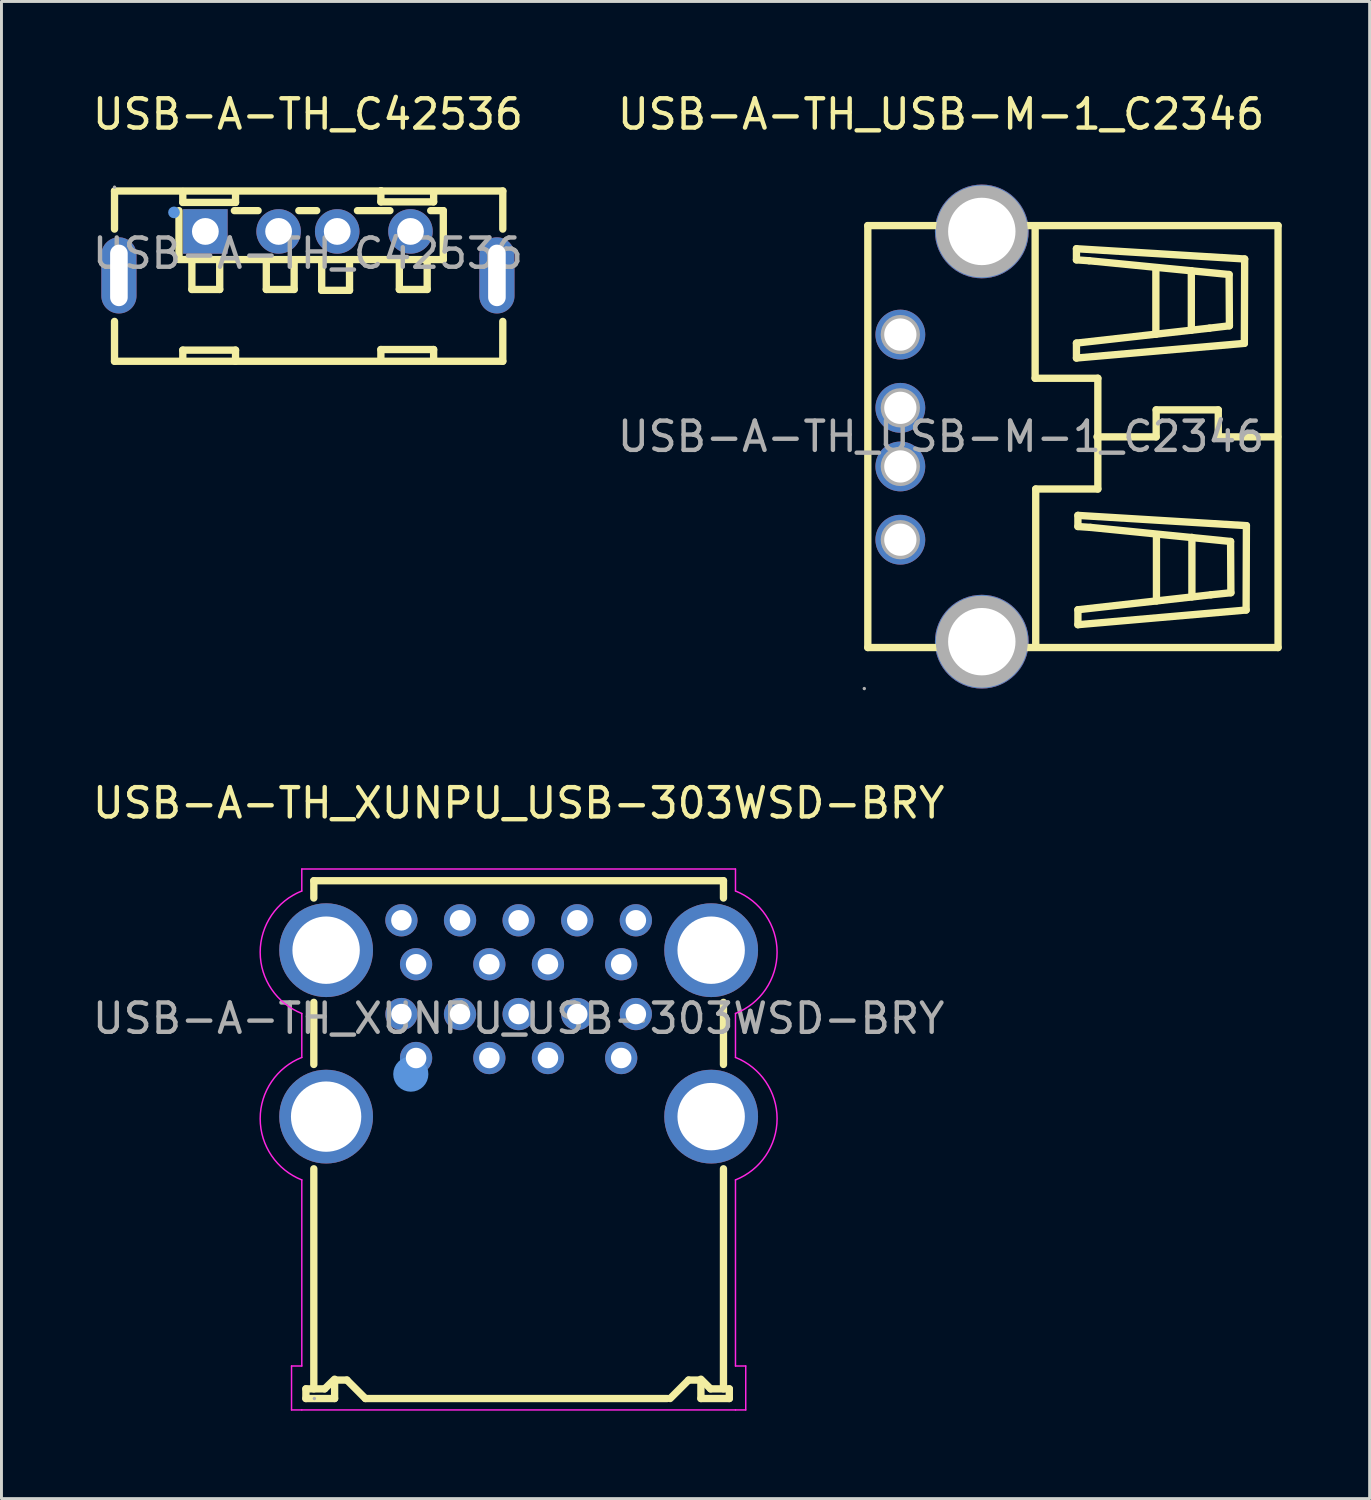
<source format=kicad_pcb>
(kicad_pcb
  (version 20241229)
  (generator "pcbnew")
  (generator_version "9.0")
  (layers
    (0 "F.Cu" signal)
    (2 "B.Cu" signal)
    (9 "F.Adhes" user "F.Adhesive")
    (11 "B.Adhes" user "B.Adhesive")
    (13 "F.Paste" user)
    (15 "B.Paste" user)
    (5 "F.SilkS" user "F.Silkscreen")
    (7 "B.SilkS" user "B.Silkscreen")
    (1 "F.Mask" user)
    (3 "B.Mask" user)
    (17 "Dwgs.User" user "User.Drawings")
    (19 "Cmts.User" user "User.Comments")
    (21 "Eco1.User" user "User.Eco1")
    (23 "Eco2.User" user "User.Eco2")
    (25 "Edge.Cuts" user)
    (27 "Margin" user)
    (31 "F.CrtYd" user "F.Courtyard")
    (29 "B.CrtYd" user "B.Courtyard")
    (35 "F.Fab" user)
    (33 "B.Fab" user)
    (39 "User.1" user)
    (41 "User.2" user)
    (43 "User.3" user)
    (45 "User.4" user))
  (footprint "USB-A-TH_C42536"
    (layer "F.Cu")
    (at 7.458 5.598)
    (property "Reference" "USB-A-TH_C42536" (at 0 -4.75 0) (layer "F.SilkS") (effects (font (size 1 1) (thickness 0.15))))
    (attr through_hole)
    (fp_line (start -6.6 -2.13) (end 6.65 -2.13) (stroke (width 0.25) (type solid)) (layer "F.SilkS"))
    (fp_line (start -6.6 -0.83) (end -6.6 -2.13) (stroke (width 0.25) (type solid)) (layer "F.SilkS"))
    (fp_line (start -6.6 2.32) (end -6.6 3.68) (stroke (width 0.25) (type solid)) (layer "F.SilkS"))
    (fp_line (start -6.6 3.68) (end 6.65 3.68) (stroke (width 0.25) (type solid)) (layer "F.SilkS"))
    (fp_line (start -4.4 -1.46) (end -4.4 0.2) (stroke (width 0.25) (type solid)) (layer "F.SilkS"))
    (fp_line (start -4.4 0.21) (end 4.58 0.21) (stroke (width 0.25) (type solid)) (layer "F.SilkS"))
    (fp_line (start -4.27 -2.11) (end -4.26 -2.11) (stroke (width 0.25) (type solid)) (layer "F.SilkS"))
    (fp_line (start -4.27 -1.74) (end -4.27 -2.11) (stroke (width 0.25) (type solid)) (layer "F.SilkS"))
    (fp_line (start -4.27 3.3) (end -2.47 3.3) (stroke (width 0.25) (type solid)) (layer "F.SilkS"))
    (fp_line (start -4.27 3.64) (end -4.27 3.3) (stroke (width 0.25) (type solid)) (layer "F.SilkS"))
    (fp_line (start -4.26 -2.11) (end -4.27 -2.11) (stroke (width 0.25) (type solid)) (layer "F.SilkS"))
    (fp_line (start -3.96 0.21) (end -3.96 1.23) (stroke (width 0.25) (type solid)) (layer "F.SilkS"))
    (fp_line (start -3.96 1.23) (end -3.01 1.23) (stroke (width 0.25) (type solid)) (layer "F.SilkS"))
    (fp_line (start -3.01 1.23) (end -3.01 0.22) (stroke (width 0.25) (type solid)) (layer "F.SilkS"))
    (fp_line (start -2.51 -1.46) (end -1.7 -1.46) (stroke (width 0.25) (type solid)) (layer "F.SilkS"))
    (fp_line (start -2.48 3.67) (end -2.47 3.67) (stroke (width 0.25) (type solid)) (layer "F.SilkS"))
    (fp_line (start -2.47 -2.08) (end -2.47 -1.74) (stroke (width 0.25) (type solid)) (layer "F.SilkS"))
    (fp_line (start -2.47 -1.74) (end -4.27 -1.74) (stroke (width 0.25) (type solid)) (layer "F.SilkS"))
    (fp_line (start -2.47 3.3) (end -2.47 3.67) (stroke (width 0.25) (type solid)) (layer "F.SilkS"))
    (fp_line (start -2.47 3.67) (end -2.48 3.67) (stroke (width 0.25) (type solid)) (layer "F.SilkS"))
    (fp_line (start -1.42 0.21) (end -1.42 1.23) (stroke (width 0.25) (type solid)) (layer "F.SilkS"))
    (fp_line (start -1.42 1.23) (end -0.47 1.23) (stroke (width 0.25) (type solid)) (layer "F.SilkS"))
    (fp_line (start -0.47 1.23) (end -0.47 0.22) (stroke (width 0.25) (type solid)) (layer "F.SilkS"))
    (fp_line (start -0.31 -1.46) (end 0.3 -1.46) (stroke (width 0.25) (type solid)) (layer "F.SilkS"))
    (fp_line (start 0.47 0.24) (end 0.47 1.26) (stroke (width 0.25) (type solid)) (layer "F.SilkS"))
    (fp_line (start 0.47 1.26) (end 1.42 1.26) (stroke (width 0.25) (type solid)) (layer "F.SilkS"))
    (fp_line (start 1.42 1.26) (end 1.42 0.25) (stroke (width 0.25) (type solid)) (layer "F.SilkS"))
    (fp_line (start 1.69 -1.46) (end 2.8 -1.46) (stroke (width 0.25) (type solid)) (layer "F.SilkS"))
    (fp_line (start 2.49 -2.13) (end 2.5 -2.13) (stroke (width 0.25) (type solid)) (layer "F.SilkS"))
    (fp_line (start 2.49 -1.76) (end 2.49 -2.13) (stroke (width 0.25) (type solid)) (layer "F.SilkS"))
    (fp_line (start 2.49 3.28) (end 4.29 3.28) (stroke (width 0.25) (type solid)) (layer "F.SilkS"))
    (fp_line (start 2.49 3.62) (end 2.49 3.28) (stroke (width 0.25) (type solid)) (layer "F.SilkS"))
    (fp_line (start 2.5 -2.13) (end 2.49 -2.13) (stroke (width 0.25) (type solid)) (layer "F.SilkS"))
    (fp_line (start 3.12 0.21) (end 3.12 1.23) (stroke (width 0.25) (type solid)) (layer "F.SilkS"))
    (fp_line (start 3.12 1.23) (end 4.07 1.23) (stroke (width 0.25) (type solid)) (layer "F.SilkS"))
    (fp_line (start 4.07 1.23) (end 4.07 0.22) (stroke (width 0.25) (type solid)) (layer "F.SilkS"))
    (fp_line (start 4.19 -1.46) (end 4.62 -1.46) (stroke (width 0.25) (type solid)) (layer "F.SilkS"))
    (fp_line (start 4.28 3.65) (end 4.29 3.65) (stroke (width 0.25) (type solid)) (layer "F.SilkS"))
    (fp_line (start 4.29 -2.1) (end 4.29 -1.76) (stroke (width 0.25) (type solid)) (layer "F.SilkS"))
    (fp_line (start 4.29 -1.76) (end 2.49 -1.76) (stroke (width 0.25) (type solid)) (layer "F.SilkS"))
    (fp_line (start 4.29 3.28) (end 4.29 3.65) (stroke (width 0.25) (type solid)) (layer "F.SilkS"))
    (fp_line (start 4.29 3.65) (end 4.28 3.65) (stroke (width 0.25) (type solid)) (layer "F.SilkS"))
    (fp_line (start 4.58 0.21) (end 4.62 0.21) (stroke (width 0.25) (type solid)) (layer "F.SilkS"))
    (fp_line (start 4.62 0.21) (end 4.62 -1.46) (stroke (width 0.25) (type solid)) (layer "F.SilkS"))
    (fp_line (start 6.65 -2.13) (end 6.65 -0.83) (stroke (width 0.25) (type solid)) (layer "F.SilkS"))
    (fp_line (start 6.65 2.32) (end 6.65 3.68) (stroke (width 0.25) (type solid)) (layer "F.SilkS"))
    (fp_circle (center -4.57 -1.4) (end -4.47 -1.4) (stroke (width 0.2) (type solid)) (fill no) (layer "Cmts.User"))
    (fp_circle (center -6.6 -2.26) (end -6.57 -2.26) (stroke (width 0.06) (type solid)) (fill no) (layer "F.Fab"))
    (fp_text user "${REFERENCE}" (at 0 0 0) (layer "F.Fab") (effects (font (size 1 1) (thickness 0.15))))
    (pad "1" thru_hole rect (at -3.5 -0.75) (size 1.52 1.52) (drill 0.914) (layers "*.Cu" "*.Mask"))
    (pad "2" thru_hole circle (at -1 -0.75) (size 1.52 1.52) (drill 0.914) (layers "*.Cu" "*.Mask"))
    (pad "3" thru_hole circle (at 1 -0.75) (size 1.52 1.52) (drill 0.914) (layers "*.Cu" "*.Mask"))
    (pad "4" thru_hole circle (at 3.5 -0.75) (size 1.52 1.52) (drill 0.914) (layers "*.Cu" "*.Mask"))
    (pad "5" thru_hole oval (at -6.45 0.75 270) (size 2.6 1.2) (drill oval 2.1 0.6) (layers "*.Cu" "*.Mask"))
    (pad "6" thru_hole oval (at 6.45 0.75 90) (size 2.6 1.2) (drill oval 2.1 0.6) (layers "*.Cu" "*.Mask")))
  (footprint "USB-A-TH_USB-M-1_C2346"
    (layer "F.Cu")
    (at 29.065 11.848)
    (property "Reference" "USB-A-TH_USB-M-1_C2346" (at 0 -11 0) (layer "F.SilkS") (effects (font (size 1 1) (thickness 0.15))))
    (attr through_hole)
    (fp_line (start -2.5 7.2) (end -2.5 -7.2) (stroke (width 0.25) (type solid)) (layer "F.SilkS"))
    (fp_line (start 3.21 -7.19) (end 3.21 -1.99) (stroke (width 0.25) (type solid)) (layer "F.SilkS"))
    (fp_line (start 3.21 -1.99) (end 5.35 -1.99) (stroke (width 0.25) (type solid)) (layer "F.SilkS"))
    (fp_line (start 3.23 1.79) (end 3.23 7.19) (stroke (width 0.25) (type solid)) (layer "F.SilkS"))
    (fp_line (start 4.62 -6.41) (end 10.36 -6.06) (stroke (width 0.25) (type solid)) (layer "F.SilkS"))
    (fp_line (start 4.62 -6.03) (end 4.62 -6.41) (stroke (width 0.25) (type solid)) (layer "F.SilkS"))
    (fp_line (start 4.62 -3.19) (end 9.16 -3.7) (stroke (width 0.25) (type solid)) (layer "F.SilkS"))
    (fp_line (start 4.62 -2.68) (end 4.62 -3.19) (stroke (width 0.25) (type solid)) (layer "F.SilkS"))
    (fp_line (start 4.67 2.69) (end 10.42 3.04) (stroke (width 0.25) (type solid)) (layer "F.SilkS"))
    (fp_line (start 4.67 3.07) (end 4.67 2.69) (stroke (width 0.25) (type solid)) (layer "F.SilkS"))
    (fp_line (start 4.67 5.91) (end 9.21 5.4) (stroke (width 0.25) (type solid)) (layer "F.SilkS"))
    (fp_line (start 4.67 6.42) (end 4.67 5.91) (stroke (width 0.25) (type solid)) (layer "F.SilkS"))
    (fp_line (start 5.05 -6) (end 4.62 -6.03) (stroke (width 0.25) (type solid)) (layer "F.SilkS"))
    (fp_line (start 5.1 3.1) (end 4.67 3.07) (stroke (width 0.25) (type solid)) (layer "F.SilkS"))
    (fp_line (start 5.32 0.01) (end 7.34 0.01) (stroke (width 0.25) (type solid)) (layer "F.SilkS"))
    (fp_line (start 5.35 -1.99) (end 5.35 1.79) (stroke (width 0.25) (type solid)) (layer "F.SilkS"))
    (fp_line (start 5.35 1.79) (end 3.23 1.79) (stroke (width 0.25) (type solid)) (layer "F.SilkS"))
    (fp_line (start 7.33 -3.49) (end 7.33 -5.75) (stroke (width 0.25) (type solid)) (layer "F.SilkS"))
    (fp_line (start 7.34 -0.91) (end 9.46 -0.91) (stroke (width 0.25) (type solid)) (layer "F.SilkS"))
    (fp_line (start 7.34 0.01) (end 7.34 -0.91) (stroke (width 0.25) (type solid)) (layer "F.SilkS"))
    (fp_line (start 7.35 5.61) (end 7.35 3.35) (stroke (width 0.25) (type solid)) (layer "F.SilkS"))
    (fp_line (start 8.54 -3.63) (end 8.54 -5.66) (stroke (width 0.25) (type solid)) (layer "F.SilkS"))
    (fp_line (start 8.56 5.47) (end 8.56 3.44) (stroke (width 0.25) (type solid)) (layer "F.SilkS"))
    (fp_line (start 9.16 -3.7) (end 9.84 -3.78) (stroke (width 0.25) (type solid)) (layer "F.SilkS"))
    (fp_line (start 9.21 5.4) (end 9.89 5.33) (stroke (width 0.25) (type solid)) (layer "F.SilkS"))
    (fp_line (start 9.46 -0.91) (end 9.46 0.01) (stroke (width 0.25) (type solid)) (layer "F.SilkS"))
    (fp_line (start 9.46 0.01) (end 11.49 0.01) (stroke (width 0.25) (type solid)) (layer "F.SilkS"))
    (fp_line (start 9.83 -5.53) (end 5.05 -6) (stroke (width 0.25) (type solid)) (layer "F.SilkS"))
    (fp_line (start 9.84 -3.78) (end 9.83 -5.53) (stroke (width 0.25) (type solid)) (layer "F.SilkS"))
    (fp_line (start 9.88 3.58) (end 5.1 3.1) (stroke (width 0.25) (type solid)) (layer "F.SilkS"))
    (fp_line (start 9.89 5.33) (end 9.88 3.58) (stroke (width 0.25) (type solid)) (layer "F.SilkS"))
    (fp_line (start 10.35 -3.18) (end 4.62 -2.68) (stroke (width 0.25) (type solid)) (layer "F.SilkS"))
    (fp_line (start 10.36 -6.06) (end 10.35 -3.18) (stroke (width 0.25) (type solid)) (layer "F.SilkS"))
    (fp_line (start 10.41 5.92) (end 4.67 6.42) (stroke (width 0.25) (type solid)) (layer "F.SilkS"))
    (fp_line (start 10.42 3.04) (end 10.41 5.92) (stroke (width 0.25) (type solid)) (layer "F.SilkS"))
    (fp_line (start 11.5 -7.2) (end -2.5 -7.2) (stroke (width 0.25) (type solid)) (layer "F.SilkS"))
    (fp_line (start 11.5 7.2) (end -2.5 7.2) (stroke (width 0.25) (type solid)) (layer "F.SilkS"))
    (fp_line (start 11.5 7.2) (end 11.5 -7.2) (stroke (width 0.25) (type solid)) (layer "F.SilkS"))
    (fp_circle (center -2.62 8.6) (end -2.59 8.6) (stroke (width 0.06) (type solid)) (fill no) (layer "F.Fab"))
    (fp_circle (center -1.39 -3.48) (end -1.17 -3.48) (stroke (width 0.45) (type solid)) (fill no) (layer "F.Fab"))
    (fp_circle (center -1.39 -0.98) (end -1.17 -0.98) (stroke (width 0.45) (type solid)) (fill no) (layer "F.Fab"))
    (fp_circle (center -1.39 1.02) (end -1.17 1.02) (stroke (width 0.45) (type solid)) (fill no) (layer "F.Fab"))
    (fp_circle (center -1.39 3.52) (end -1.17 3.52) (stroke (width 0.45) (type solid)) (fill no) (layer "F.Fab"))
    (fp_circle (center 1.39 -7) (end 1.91 -7) (stroke (width 1.05) (type solid)) (fill no) (layer "F.Fab"))
    (fp_circle (center 1.39 7) (end 1.91 7) (stroke (width 1.05) (type solid)) (fill no) (layer "F.Fab"))
    (fp_text user "${REFERENCE}" (at 0 0 0) (layer "F.Fab") (effects (font (size 1 1) (thickness 0.15))))
    (pad "0" thru_hole circle (at 1.39 -7 180) (size 3.2 3.2) (drill 2.3) (layers "*.Cu" "*.Mask"))
    (pad "0" thru_hole circle (at 1.39 7 180) (size 3.2 3.2) (drill 2.3) (layers "*.Cu" "*.Mask"))
    (pad "1" thru_hole circle (at -1.39 3.52) (size 1.7 1.7) (drill 1.1) (layers "*.Cu" "*.Mask"))
    (pad "2" thru_hole circle (at -1.39 1.02) (size 1.7 1.7) (drill 1.1) (layers "*.Cu" "*.Mask"))
    (pad "3" thru_hole circle (at -1.39 -0.98) (size 1.7 1.7) (drill 1.1) (layers "*.Cu" "*.Mask"))
    (pad "4" thru_hole circle (at -1.39 -3.48) (size 1.7 1.7) (drill 1.1) (layers "*.Cu" "*.Mask")))
  (footprint "USB-A-TH_XUNPU_USB-303WSD-BRY"
    (layer "F.Cu")
    (at 14.649 31.706)
    (property "Reference" "USB-A-TH_XUNPU_USB-303WSD-BRY" (at 0 -7.35 0) (layer "F.SilkS") (effects (font (size 1 1) (thickness 0.15))))
    (attr through_hole)
    (fp_line (start -7.26 12.64) (end -6.62 12.64) (stroke (width 0.25) (type solid)) (layer "F.SilkS"))
    (fp_line (start -7.26 12.97) (end -7.26 12.64) (stroke (width 0.25) (type solid)) (layer "F.SilkS"))
    (fp_line (start -7.26 12.97) (end -6.28 12.97) (stroke (width 0.25) (type solid)) (layer "F.SilkS"))
    (fp_line (start -6.99 -4.7) (end -6.99 -4.11) (stroke (width 0.25) (type solid)) (layer "F.SilkS"))
    (fp_line (start -6.99 -4.7) (end 6.99 -4.7) (stroke (width 0.25) (type solid)) (layer "F.SilkS"))
    (fp_line (start -6.99 -0.55) (end -6.99 1.57) (stroke (width 0.25) (type solid)) (layer "F.SilkS"))
    (fp_line (start -6.99 5.13) (end -6.99 12.64) (stroke (width 0.25) (type solid)) (layer "F.SilkS"))
    (fp_line (start -6.62 12.64) (end -6.28 12.31) (stroke (width 0.25) (type solid)) (layer "F.SilkS"))
    (fp_line (start -6.28 12.34) (end -5.86 12.34) (stroke (width 0.25) (type solid)) (layer "F.SilkS"))
    (fp_line (start -6.28 12.97) (end -6.28 12.34) (stroke (width 0.25) (type solid)) (layer "F.SilkS"))
    (fp_line (start -5.86 12.34) (end -5.23 12.97) (stroke (width 0.25) (type solid)) (layer "F.SilkS"))
    (fp_line (start -5.23 12.97) (end 5.07 12.97) (stroke (width 0.25) (type solid)) (layer "F.SilkS"))
    (fp_line (start 5.8 12.34) (end 5.17 12.97) (stroke (width 0.25) (type solid)) (layer "F.SilkS"))
    (fp_line (start 6.22 12.34) (end 5.8 12.34) (stroke (width 0.25) (type solid)) (layer "F.SilkS"))
    (fp_line (start 6.22 12.97) (end 6.22 12.34) (stroke (width 0.25) (type solid)) (layer "F.SilkS"))
    (fp_line (start 6.22 12.97) (end 7.19 12.97) (stroke (width 0.25) (type solid)) (layer "F.SilkS"))
    (fp_line (start 6.55 12.64) (end 6.22 12.31) (stroke (width 0.25) (type solid)) (layer "F.SilkS"))
    (fp_line (start 6.99 -4.7) (end 6.99 -4.11) (stroke (width 0.25) (type solid)) (layer "F.SilkS"))
    (fp_line (start 6.99 -0.55) (end 6.99 1.57) (stroke (width 0.25) (type solid)) (layer "F.SilkS"))
    (fp_line (start 6.99 5.13) (end 6.99 12.64) (stroke (width 0.25) (type solid)) (layer "F.SilkS"))
    (fp_line (start 7.19 12.64) (end 6.55 12.64) (stroke (width 0.25) (type solid)) (layer "F.SilkS"))
    (fp_line (start 7.19 12.97) (end 7.19 12.64) (stroke (width 0.25) (type solid)) (layer "F.SilkS"))
    (fp_circle (center -3.68 1.9) (end -3.38 1.9) (stroke (width 0.6) (type solid)) (fill no) (layer "Cmts.User"))
    (fp_line (start -7.75 11.86) (end -7.4 11.86) (stroke (width 0.05) (type solid)) (layer "F.CrtYd"))
    (fp_line (start -7.75 13.36) (end -7.75 11.86) (stroke (width 0.05) (type solid)) (layer "F.CrtYd"))
    (fp_line (start -7.4 -5.1) (end 7.4 -5.1) (stroke (width 0.05) (type solid)) (layer "F.CrtYd"))
    (fp_line (start -7.4 -4.35) (end -7.4 -5.1) (stroke (width 0.05) (type solid)) (layer "F.CrtYd"))
    (fp_line (start -7.4 1.33) (end -7.4 -0.17) (stroke (width 0.05) (type solid)) (layer "F.CrtYd"))
    (fp_line (start -7.4 11.86) (end -7.4 5.51) (stroke (width 0.05) (type solid)) (layer "F.CrtYd"))
    (fp_line (start -7.4 13.36) (end -7.75 13.36) (stroke (width 0.05) (type solid)) (layer "F.CrtYd"))
    (fp_line (start -7.4 13.36) (end 7.4 13.36) (stroke (width 0.05) (type solid)) (layer "F.CrtYd"))
    (fp_line (start 7.4 -5.1) (end 7.4 -4.35) (stroke (width 0.05) (type solid)) (layer "F.CrtYd"))
    (fp_line (start 7.4 -0.17) (end 7.4 1.33) (stroke (width 0.05) (type solid)) (layer "F.CrtYd"))
    (fp_line (start 7.4 5.51) (end 7.4 11.86) (stroke (width 0.05) (type solid)) (layer "F.CrtYd"))
    (fp_line (start 7.4 13.36) (end 7.75 13.36) (stroke (width 0.05) (type solid)) (layer "F.CrtYd"))
    (fp_line (start 7.75 11.86) (end 7.4 11.86) (stroke (width 0.05) (type solid)) (layer "F.CrtYd"))
    (fp_line (start 7.75 13.36) (end 7.75 11.86) (stroke (width 0.05) (type solid)) (layer "F.CrtYd"))
    (fp_arc (start -7.4 -0.17) (mid -8.82 -2.26) (end -7.4 -4.35) (stroke (width 0.05) (type solid)) (layer "F.CrtYd"))
    (fp_arc (start -7.4 5.51) (mid -8.82 3.42) (end -7.4 1.33) (stroke (width 0.05) (type solid)) (layer "F.CrtYd"))
    (fp_arc (start 7.4 -4.35) (mid 8.820002 -2.26) (end 7.4 -0.17) (stroke (width 0.05) (type solid)) (layer "F.CrtYd"))
    (fp_arc (start 7.4 1.33) (mid 8.820002 3.42) (end 7.4 5.51) (stroke (width 0.05) (type solid)) (layer "F.CrtYd"))
    (fp_circle (center -6.97 12.97) (end -6.94 12.97) (stroke (width 0.06) (type solid)) (fill no) (layer "F.Fab"))
    (fp_text user "${REFERENCE}" (at 0 0 0) (layer "F.Fab") (effects (font (size 1 1) (thickness 0.15))))
    (pad "1" thru_hole circle (at -3.5 1.35) (size 1.1 1.1) (drill 0.7) (layers "*.Cu" "*.Mask"))
    (pad "2" thru_hole circle (at -1 1.35) (size 1.1 1.1) (drill 0.7) (layers "*.Cu" "*.Mask"))
    (pad "3" thru_hole circle (at 1 1.35) (size 1.1 1.1) (drill 0.7) (layers "*.Cu" "*.Mask"))
    (pad "4" thru_hole circle (at 3.5 1.35) (size 1.1 1.1) (drill 0.7) (layers "*.Cu" "*.Mask"))
    (pad "5" thru_hole circle (at 4 -0.15) (size 1.1 1.1) (drill 0.7) (layers "*.Cu" "*.Mask"))
    (pad "6" thru_hole circle (at 2 -0.15) (size 1.1 1.1) (drill 0.7) (layers "*.Cu" "*.Mask"))
    (pad "7" thru_hole circle (at 0 -0.15) (size 1.1 1.1) (drill 0.7) (layers "*.Cu" "*.Mask"))
    (pad "8" thru_hole circle (at -2 -0.15) (size 1.1 1.1) (drill 0.7) (layers "*.Cu" "*.Mask"))
    (pad "9" thru_hole circle (at -4 -0.15) (size 1.1 1.1) (drill 0.7) (layers "*.Cu" "*.Mask"))
    (pad "10" thru_hole circle (at -3.5 -1.85) (size 1.1 1.1) (drill 0.7) (layers "*.Cu" "*.Mask"))
    (pad "11" thru_hole circle (at -1 -1.85) (size 1.1 1.1) (drill 0.7) (layers "*.Cu" "*.Mask"))
    (pad "12" thru_hole circle (at 1 -1.85) (size 1.1 1.1) (drill 0.7) (layers "*.Cu" "*.Mask"))
    (pad "13" thru_hole circle (at 3.5 -1.85) (size 1.1 1.1) (drill 0.7) (layers "*.Cu" "*.Mask"))
    (pad "14" thru_hole circle (at 4 -3.35) (size 1.1 1.1) (drill 0.7) (layers "*.Cu" "*.Mask"))
    (pad "15" thru_hole circle (at 2 -3.35) (size 1.1 1.1) (drill 0.7) (layers "*.Cu" "*.Mask"))
    (pad "16" thru_hole circle (at 0 -3.35) (size 1.1 1.1) (drill 0.7) (layers "*.Cu" "*.Mask"))
    (pad "17" thru_hole circle (at -2 -3.35) (size 1.1 1.1) (drill 0.7) (layers "*.Cu" "*.Mask"))
    (pad "18" thru_hole circle (at -4 -3.35) (size 1.1 1.1) (drill 0.7) (layers "*.Cu" "*.Mask"))
    (pad "19" thru_hole circle (at 6.57 3.35) (size 3.2 3.2) (drill 2.3) (layers "*.Cu" "*.Mask"))
    (pad "20" thru_hole circle (at 6.57 -2.33) (size 3.2 3.2) (drill 2.3) (layers "*.Cu" "*.Mask"))
    (pad "21" thru_hole circle (at -6.57 -2.33) (size 3.2 3.2) (drill 2.3) (layers "*.Cu" "*.Mask"))
    (pad "22" thru_hole circle (at -6.57 3.35) (size 3.2 3.2) (drill 2.4) (layers "*.Cu" "*.Mask")))
  (gr_rect
    (start -3 -3)
    (end 43.69 48.092)
    (stroke (width 0.1) (type default))
    (fill no)
    (layer "Edge.Cuts")))
</source>
